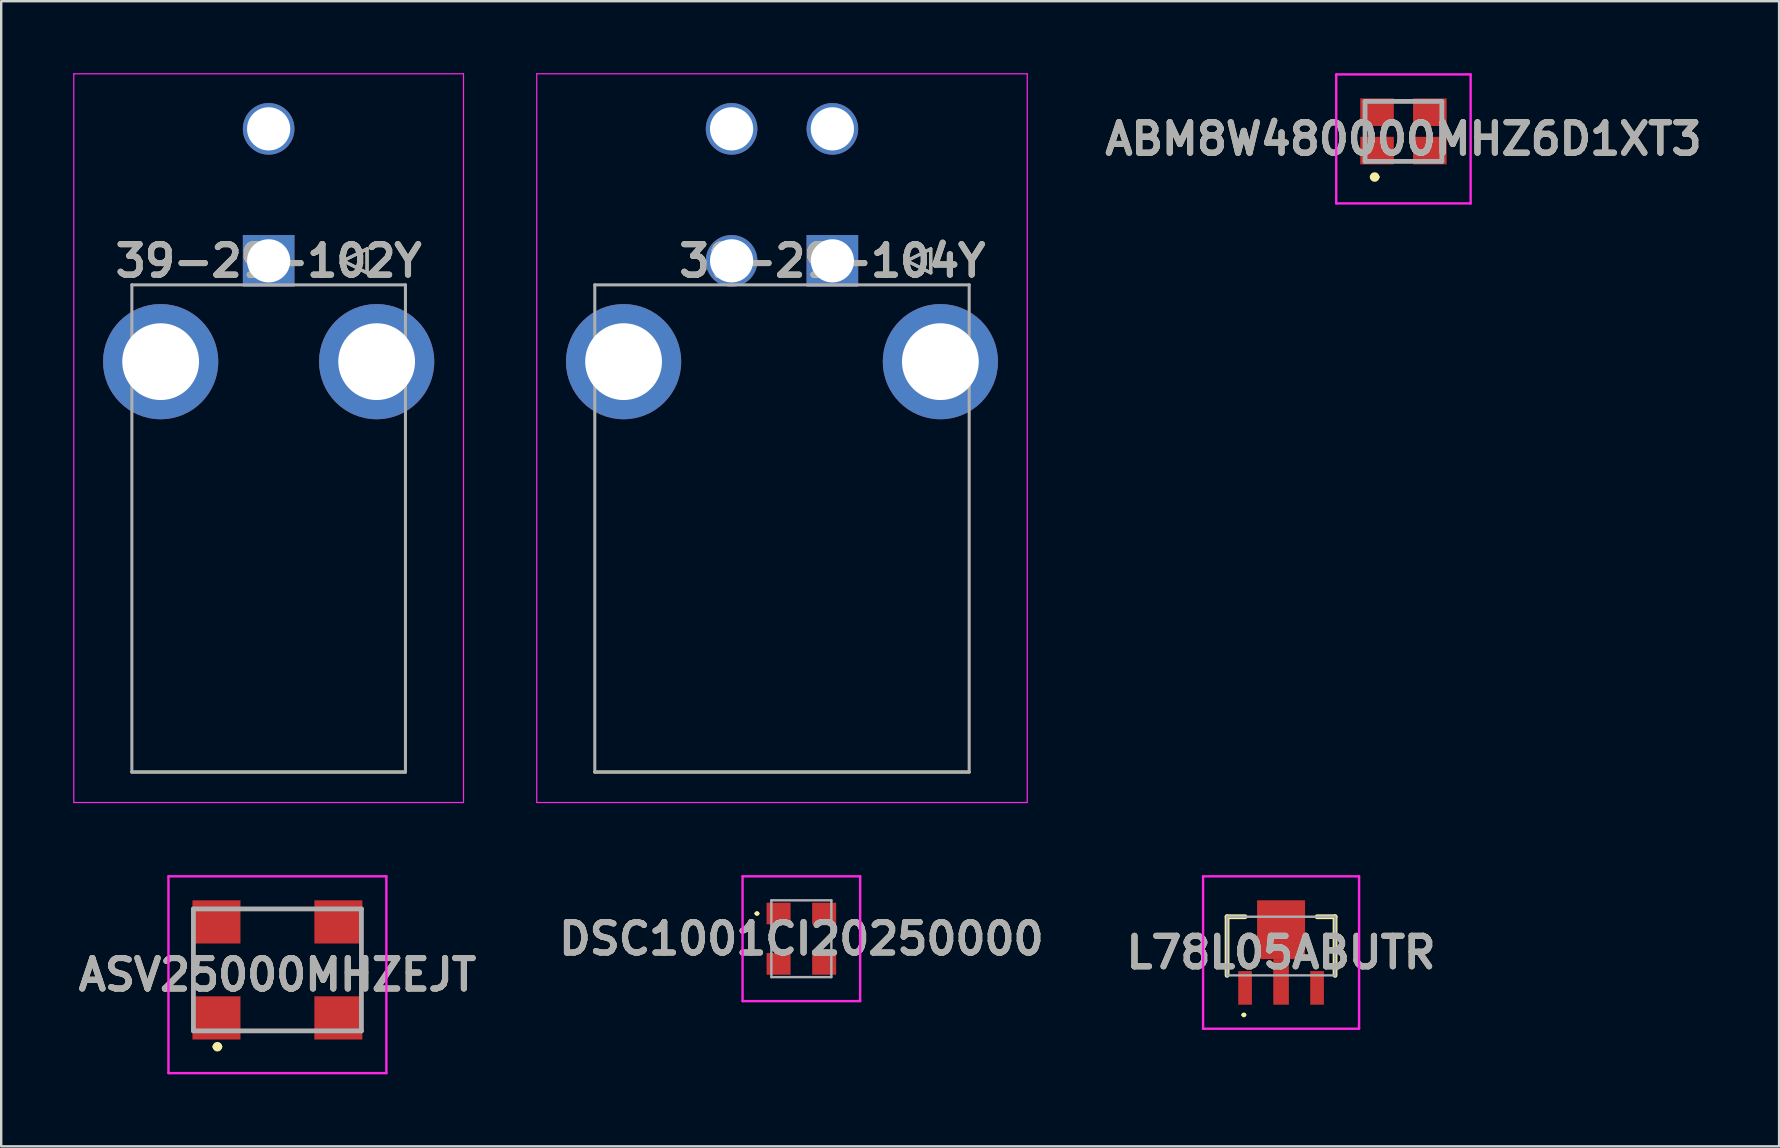
<source format=kicad_pcb>
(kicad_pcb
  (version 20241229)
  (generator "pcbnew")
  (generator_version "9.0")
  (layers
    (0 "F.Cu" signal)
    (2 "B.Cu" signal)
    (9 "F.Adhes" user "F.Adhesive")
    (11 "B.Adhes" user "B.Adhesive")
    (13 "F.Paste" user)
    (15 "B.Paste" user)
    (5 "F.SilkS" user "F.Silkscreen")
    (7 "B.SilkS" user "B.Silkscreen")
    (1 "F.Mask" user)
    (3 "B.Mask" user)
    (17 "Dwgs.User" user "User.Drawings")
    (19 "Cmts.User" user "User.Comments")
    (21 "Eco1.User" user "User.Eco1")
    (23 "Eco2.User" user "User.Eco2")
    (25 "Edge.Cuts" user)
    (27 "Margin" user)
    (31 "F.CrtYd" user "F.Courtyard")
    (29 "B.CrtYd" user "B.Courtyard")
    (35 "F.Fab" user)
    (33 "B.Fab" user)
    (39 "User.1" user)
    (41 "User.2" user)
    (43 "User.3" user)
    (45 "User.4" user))
  (footprint "L78L05ABUTR"
    (layer "F.Cu")
    (at 50.329 36.369)
    (property "Reference" "L78L05ABUTR" (at 0 0.27 0) (layer "F.SilkS") (effects (font (size 1.27 1.27) (thickness 0.254))))
    (attr smd)
    (fp_line (start -2.25 -1.222) (end -2.25 1.222) (stroke (width 0.2) (type solid)) (layer "F.SilkS"))
    (fp_line (start -1.6 2.87) (end -1.6 2.87) (stroke (width 0.1) (type solid)) (layer "F.SilkS"))
    (fp_line (start -1.5 -1.222) (end -2.25 -1.222) (stroke (width 0.2) (type solid)) (layer "F.SilkS"))
    (fp_line (start -1.5 2.87) (end -1.5 2.87) (stroke (width 0.1) (type solid)) (layer "F.SilkS"))
    (fp_line (start 1.5 -1.222) (end 2.25 -1.222) (stroke (width 0.2) (type solid)) (layer "F.SilkS"))
    (fp_line (start 2.25 -1.222) (end 2.25 1.222) (stroke (width 0.2) (type solid)) (layer "F.SilkS"))
    (fp_arc (start -1.6 2.87) (mid -1.55 2.82) (end -1.5 2.87) (stroke (width 0.1) (type solid)) (layer "F.SilkS"))
    (fp_arc (start -1.5 2.87) (mid -1.55 2.92) (end -1.6 2.87) (stroke (width 0.1) (type solid)) (layer "F.SilkS"))
    (fp_line (start -3.25 -2.905) (end 3.25 -2.905) (stroke (width 0.1) (type solid)) (layer "F.CrtYd"))
    (fp_line (start -3.25 3.445) (end -3.25 -2.905) (stroke (width 0.1) (type solid)) (layer "F.CrtYd"))
    (fp_line (start 3.25 -2.905) (end 3.25 3.445) (stroke (width 0.1) (type solid)) (layer "F.CrtYd"))
    (fp_line (start 3.25 3.445) (end -3.25 3.445) (stroke (width 0.1) (type solid)) (layer "F.CrtYd"))
    (fp_line (start -2.25 -1.222) (end -2.25 1.222) (stroke (width 0.1) (type solid)) (layer "F.Fab"))
    (fp_line (start -2.25 1.222) (end 2.25 1.222) (stroke (width 0.1) (type solid)) (layer "F.Fab"))
    (fp_line (start 2.25 -1.222) (end -2.25 -1.222) (stroke (width 0.1) (type solid)) (layer "F.Fab"))
    (fp_line (start 2.25 1.222) (end 2.25 -1.222) (stroke (width 0.1) (type solid)) (layer "F.Fab"))
    (fp_text user "${REFERENCE}" (at 0 0.27 0) (layer "F.Fab") (effects (font (size 1.27 1.27) (thickness 0.254))))
    (pad "1" smd rect (at -1.5 1.744) (size 0.57 1.4) (layers "F.Cu" "F.Mask" "F.Paste"))
    (pad "2" smd rect (at 0 1.494) (size 0.65 1.9) (layers "F.Cu" "F.Mask" "F.Paste"))
    (pad "3" smd rect (at 1.5 1.744) (size 0.57 1.4) (layers "F.Cu" "F.Mask" "F.Paste"))
    (pad "4" smd rect (at 0 -0.681) (size 2 2.45) (layers "F.Cu" "F.Mask" "F.Paste")))
  (footprint "ASV25000MHZEJT"
    (layer "F.Cu")
    (at 8.509 37.564)
    (property "Reference" "ASV25000MHZEJT" (at 0 0 0) (layer "F.SilkS") (effects (font (size 1.27 1.27) (thickness 0.254))))
    (attr smd)
    (fp_line (start -3.5 -1.2) (end -3.5 0.8) (stroke (width 0.1) (type solid)) (layer "F.SilkS"))
    (fp_line (start -2.6 3) (end -2.6 3) (stroke (width 0.2) (type solid)) (layer "F.SilkS"))
    (fp_line (start -2.4 3) (end -2.4 3) (stroke (width 0.2) (type solid)) (layer "F.SilkS"))
    (fp_line (start -1 -2.74) (end 1 -2.74) (stroke (width 0.1) (type solid)) (layer "F.SilkS"))
    (fp_line (start -1 2.34) (end 1 2.34) (stroke (width 0.1) (type solid)) (layer "F.SilkS"))
    (fp_line (start 3.5 -1.2) (end 3.5 0.8) (stroke (width 0.1) (type solid)) (layer "F.SilkS"))
    (fp_arc (start -2.6 3) (mid -2.5 2.9) (end -2.4 3) (stroke (width 0.2) (type solid)) (layer "F.SilkS"))
    (fp_arc (start -2.4 3) (mid -2.5 3.1) (end -2.6 3) (stroke (width 0.2) (type solid)) (layer "F.SilkS"))
    (fp_line (start -4.54 -4.1) (end 4.54 -4.1) (stroke (width 0.1) (type solid)) (layer "F.CrtYd"))
    (fp_line (start -4.54 4.1) (end -4.54 -4.1) (stroke (width 0.1) (type solid)) (layer "F.CrtYd"))
    (fp_line (start 4.54 -4.1) (end 4.54 4.1) (stroke (width 0.1) (type solid)) (layer "F.CrtYd"))
    (fp_line (start 4.54 4.1) (end -4.54 4.1) (stroke (width 0.1) (type solid)) (layer "F.CrtYd"))
    (fp_line (start -3.5 -2.74) (end 3.5 -2.74) (stroke (width 0.2) (type solid)) (layer "F.Fab"))
    (fp_line (start -3.5 2.34) (end -3.5 -2.74) (stroke (width 0.2) (type solid)) (layer "F.Fab"))
    (fp_line (start 3.5 -2.74) (end 3.5 2.34) (stroke (width 0.2) (type solid)) (layer "F.Fab"))
    (fp_line (start 3.5 2.34) (end -3.5 2.34) (stroke (width 0.2) (type solid)) (layer "F.Fab"))
    (fp_text user "${REFERENCE}" (at 0 0 0) (layer "F.Fab") (effects (font (size 1.27 1.27) (thickness 0.254))))
    (pad "1" smd rect (at -2.54 1.8 90) (size 1.8 2) (layers "F.Cu" "F.Mask" "F.Paste"))
    (pad "2" smd rect (at 2.54 1.8 90) (size 1.8 2) (layers "F.Cu" "F.Mask" "F.Paste"))
    (pad "3" smd rect (at 2.54 -2.2 90) (size 1.8 2) (layers "F.Cu" "F.Mask" "F.Paste"))
    (pad "4" smd rect (at -2.54 -2.2 90) (size 1.8 2) (layers "F.Cu" "F.Mask" "F.Paste")))
  (footprint "DSC1001CI20250000"
    (layer "F.Cu")
    (at 30.341 36.064)
    (property "Reference" "DSC1001CI20250000" (at 0 0 0) (layer "F.SilkS") (effects (font (size 1.27 1.27) (thickness 0.254))))
    (attr smd)
    (fp_line (start -1.9 -1.05) (end -1.9 -1.05) (stroke (width 0.1) (type solid)) (layer "F.SilkS"))
    (fp_line (start -1.8 -1.05) (end -1.8 -1.05) (stroke (width 0.1) (type solid)) (layer "F.SilkS"))
    (fp_arc (start -1.9 -1.05) (mid -1.85 -1.1) (end -1.8 -1.05) (stroke (width 0.1) (type solid)) (layer "F.SilkS"))
    (fp_arc (start -1.8 -1.05) (mid -1.85 -1) (end -1.9 -1.05) (stroke (width 0.1) (type solid)) (layer "F.SilkS"))
    (fp_line (start -2.45 -2.6) (end 2.45 -2.6) (stroke (width 0.1) (type solid)) (layer "F.CrtYd"))
    (fp_line (start -2.45 2.6) (end -2.45 -2.6) (stroke (width 0.1) (type solid)) (layer "F.CrtYd"))
    (fp_line (start 2.45 -2.6) (end 2.45 2.6) (stroke (width 0.1) (type solid)) (layer "F.CrtYd"))
    (fp_line (start 2.45 2.6) (end -2.45 2.6) (stroke (width 0.1) (type solid)) (layer "F.CrtYd"))
    (fp_line (start -1.25 -1.6) (end 1.25 -1.6) (stroke (width 0.1) (type solid)) (layer "F.Fab"))
    (fp_line (start -1.25 1.6) (end -1.25 -1.6) (stroke (width 0.1) (type solid)) (layer "F.Fab"))
    (fp_line (start 1.25 -1.6) (end 1.25 1.6) (stroke (width 0.1) (type solid)) (layer "F.Fab"))
    (fp_line (start 1.25 1.6) (end -1.25 1.6) (stroke (width 0.1) (type solid)) (layer "F.Fab"))
    (fp_text user "${REFERENCE}" (at 0 0 0) (layer "F.Fab") (effects (font (size 1.27 1.27) (thickness 0.254))))
    (pad "1" smd rect (at -0.95 -1.05 90) (size 0.9 1) (layers "F.Cu" "F.Mask" "F.Paste"))
    (pad "2" smd rect (at -0.95 1.05 90) (size 0.9 1) (layers "F.Cu" "F.Mask" "F.Paste"))
    (pad "3" smd rect (at 0.95 1.05 90) (size 0.9 1) (layers "F.Cu" "F.Mask" "F.Paste"))
    (pad "4" smd rect (at 0.95 -1.05 90) (size 0.9 1) (layers "F.Cu" "F.Mask" "F.Paste")))
  (footprint "ABM8W480000MHZ6D1XT3"
    (layer "F.Cu")
    (at 55.428 2.738)
    (property "Reference" "ABM8W480000MHZ6D1XT3" (at 0 0 0) (layer "F.SilkS") (effects (font (size 1.27 1.27) (thickness 0.254))))
    (attr smd)
    (fp_line (start -1.6 -0.413) (end -1.6 -0.212) (stroke (width 0.1) (type solid)) (layer "F.SilkS"))
    (fp_line (start -1.3 1.588) (end -1.3 1.588) (stroke (width 0.2) (type solid)) (layer "F.SilkS"))
    (fp_line (start -1.1 1.588) (end -1.1 1.588) (stroke (width 0.2) (type solid)) (layer "F.SilkS"))
    (fp_line (start -0.2 -1.562) (end 0.2 -1.562) (stroke (width 0.1) (type solid)) (layer "F.SilkS"))
    (fp_line (start -0.2 0.938) (end 0.2 0.938) (stroke (width 0.1) (type solid)) (layer "F.SilkS"))
    (fp_line (start 1.6 -0.413) (end 1.6 -0.212) (stroke (width 0.1) (type solid)) (layer "F.SilkS"))
    (fp_arc (start -1.3 1.588) (mid -1.2 1.488) (end -1.1 1.588) (stroke (width 0.2) (type solid)) (layer "F.SilkS"))
    (fp_arc (start -1.1 1.588) (mid -1.2 1.688) (end -1.3 1.588) (stroke (width 0.2) (type solid)) (layer "F.SilkS"))
    (fp_line (start -2.8 -2.688) (end 2.8 -2.688) (stroke (width 0.1) (type solid)) (layer "F.CrtYd"))
    (fp_line (start -2.8 2.688) (end -2.8 -2.688) (stroke (width 0.1) (type solid)) (layer "F.CrtYd"))
    (fp_line (start 2.8 -2.688) (end 2.8 2.688) (stroke (width 0.1) (type solid)) (layer "F.CrtYd"))
    (fp_line (start 2.8 2.688) (end -2.8 2.688) (stroke (width 0.1) (type solid)) (layer "F.CrtYd"))
    (fp_line (start -1.6 -1.562) (end 1.6 -1.562) (stroke (width 0.2) (type solid)) (layer "F.Fab"))
    (fp_line (start -1.6 0.938) (end -1.6 -1.562) (stroke (width 0.2) (type solid)) (layer "F.Fab"))
    (fp_line (start 1.6 -1.562) (end 1.6 0.938) (stroke (width 0.2) (type solid)) (layer "F.Fab"))
    (fp_line (start 1.6 0.938) (end -1.6 0.938) (stroke (width 0.2) (type solid)) (layer "F.Fab"))
    (fp_text user "${REFERENCE}" (at 0 0 0) (layer "F.Fab") (effects (font (size 1.27 1.27) (thickness 0.254))))
    (pad "1" smd rect (at -1.1 0.488 90) (size 1.15 1.4) (layers "F.Cu" "F.Mask" "F.Paste"))
    (pad "2" smd rect (at 1.1 0.488 90) (size 1.15 1.4) (layers "F.Cu" "F.Mask" "F.Paste"))
    (pad "3" smd rect (at 1.1 -1.113 90) (size 1.15 1.4) (layers "F.Cu" "F.Mask" "F.Paste"))
    (pad "4" smd rect (at -1.1 -1.113 90) (size 1.15 1.4) (layers "F.Cu" "F.Mask" "F.Paste")))
  (footprint "39-29-102Y"
    (layer "F.Cu")
    (at 8.144 7.819)
    (property "Reference" "39-29-102Y" (at 0 0 0) (layer "F.SilkS") (effects (font (size 1.27 1.27) (thickness 0.254))))
    (attr through_hole)
    (fp_line (start 3.1 0) (end 4.1 -0.5) (stroke (width 0.127) (type solid)) (layer "F.SilkS"))
    (fp_line (start 4.1 -0.5) (end 4.1 0.5) (stroke (width 0.127) (type solid)) (layer "F.SilkS"))
    (fp_line (start 4.1 0.5) (end 3.1 0) (stroke (width 0.127) (type solid)) (layer "F.SilkS"))
    (fp_line (start 5.7 21.3) (end -5.7 21.3) (stroke (width 0.127) (type solid)) (layer "F.SilkS"))
    (fp_line (start -8.119 -7.794) (end 8.119 -7.794) (stroke (width 0.05) (type solid)) (layer "F.CrtYd"))
    (fp_line (start -8.119 22.57) (end -8.119 -7.794) (stroke (width 0.05) (type solid)) (layer "F.CrtYd"))
    (fp_line (start 8.119 -7.794) (end 8.119 22.57) (stroke (width 0.05) (type solid)) (layer "F.CrtYd"))
    (fp_line (start 8.119 22.57) (end -8.119 22.57) (stroke (width 0.05) (type solid)) (layer "F.CrtYd"))
    (fp_line (start -5.7 1) (end 5.7 1) (stroke (width 0.127) (type solid)) (layer "F.Fab"))
    (fp_line (start -5.7 21.3) (end -5.7 1) (stroke (width 0.127) (type solid)) (layer "F.Fab"))
    (fp_line (start 3.1 0) (end 4.1 -0.5) (stroke (width 0.127) (type solid)) (layer "F.Fab"))
    (fp_line (start 4.1 -0.5) (end 4.1 0.5) (stroke (width 0.127) (type solid)) (layer "F.Fab"))
    (fp_line (start 4.1 0.5) (end 3.1 0) (stroke (width 0.127) (type solid)) (layer "F.Fab"))
    (fp_line (start 5.7 1) (end 5.7 21.3) (stroke (width 0.127) (type solid)) (layer "F.Fab"))
    (fp_line (start 5.7 21.3) (end -5.7 21.3) (stroke (width 0.127) (type solid)) (layer "F.Fab"))
    (fp_text user "${REFERENCE}" (at 0 0 0) (layer "F.Fab") (effects (font (size 1.27 1.27) (thickness 0.254))))
    (pad "1" thru_hole rect (at 0 0) (size 2.15 2.15) (drill 1.8) (layers "*.Cu" "*.Mask"))
    (pad "2" thru_hole circle (at 0 -5.5) (size 2.15 2.15) (drill 1.8) (layers "*.Cu" "*.Mask"))
    (pad "3" thru_hole circle (at 4.5 4.2) (size 4.8 4.8) (drill 3.2) (layers "*.Cu" "*.Mask"))
    (pad "4" thru_hole circle (at -4.5 4.2) (size 4.8 4.8) (drill 3.2) (layers "*.Cu" "*.Mask")))
  (footprint "39-29-104Y"
    (layer "F.Cu")
    (at 31.633 7.819)
    (property "Reference" "39-29-104Y" (at 0 0 0) (layer "F.SilkS") (effects (font (size 1.27 1.27) (thickness 0.254))))
    (attr through_hole)
    (fp_line (start 3.1 0) (end 4.1 -0.5) (stroke (width 0.127) (type solid)) (layer "F.SilkS"))
    (fp_line (start 4.1 -0.5) (end 4.1 0.5) (stroke (width 0.127) (type solid)) (layer "F.SilkS"))
    (fp_line (start 4.1 0.5) (end 3.1 0) (stroke (width 0.127) (type solid)) (layer "F.SilkS"))
    (fp_line (start 5.7 21.3) (end -9.9 21.3) (stroke (width 0.127) (type solid)) (layer "F.SilkS"))
    (fp_line (start -12.319 -7.794) (end 8.119 -7.794) (stroke (width 0.05) (type solid)) (layer "F.CrtYd"))
    (fp_line (start -12.319 22.57) (end -12.319 -7.794) (stroke (width 0.05) (type solid)) (layer "F.CrtYd"))
    (fp_line (start 8.119 -7.794) (end 8.119 22.57) (stroke (width 0.05) (type solid)) (layer "F.CrtYd"))
    (fp_line (start 8.119 22.57) (end -12.319 22.57) (stroke (width 0.05) (type solid)) (layer "F.CrtYd"))
    (fp_line (start -9.9 1) (end 5.7 1) (stroke (width 0.127) (type solid)) (layer "F.Fab"))
    (fp_line (start -9.9 21.3) (end -9.9 1) (stroke (width 0.127) (type solid)) (layer "F.Fab"))
    (fp_line (start 3.1 0) (end 4.1 -0.5) (stroke (width 0.127) (type solid)) (layer "F.Fab"))
    (fp_line (start 4.1 -0.5) (end 4.1 0.5) (stroke (width 0.127) (type solid)) (layer "F.Fab"))
    (fp_line (start 4.1 0.5) (end 3.1 0) (stroke (width 0.127) (type solid)) (layer "F.Fab"))
    (fp_line (start 5.7 1) (end 5.7 21.3) (stroke (width 0.127) (type solid)) (layer "F.Fab"))
    (fp_line (start 5.7 21.3) (end -9.9 21.3) (stroke (width 0.127) (type solid)) (layer "F.Fab"))
    (fp_text user "${REFERENCE}" (at 0 0 0) (layer "F.Fab") (effects (font (size 1.27 1.27) (thickness 0.254))))
    (pad "1" thru_hole rect (at 0 0) (size 2.15 2.15) (drill 1.8) (layers "*.Cu" "*.Mask"))
    (pad "2" thru_hole circle (at -4.2 0) (size 2.15 2.15) (drill 1.8) (layers "*.Cu" "*.Mask"))
    (pad "3" thru_hole circle (at 0 -5.5) (size 2.15 2.15) (drill 1.8) (layers "*.Cu" "*.Mask"))
    (pad "4" thru_hole circle (at -4.2 -5.5) (size 2.15 2.15) (drill 1.8) (layers "*.Cu" "*.Mask"))
    (pad "5" thru_hole circle (at 4.5 4.2) (size 4.8 4.8) (drill 3.2) (layers "*.Cu" "*.Mask"))
    (pad "6" thru_hole circle (at -8.7 4.2) (size 4.8 4.8) (drill 3.2) (layers "*.Cu" "*.Mask")))
  (gr_rect
    (start -3 -3)
    (end 71.08 44.714)
    (stroke (width 0.1) (type default))
    (fill no)
    (layer "Edge.Cuts")))
</source>
